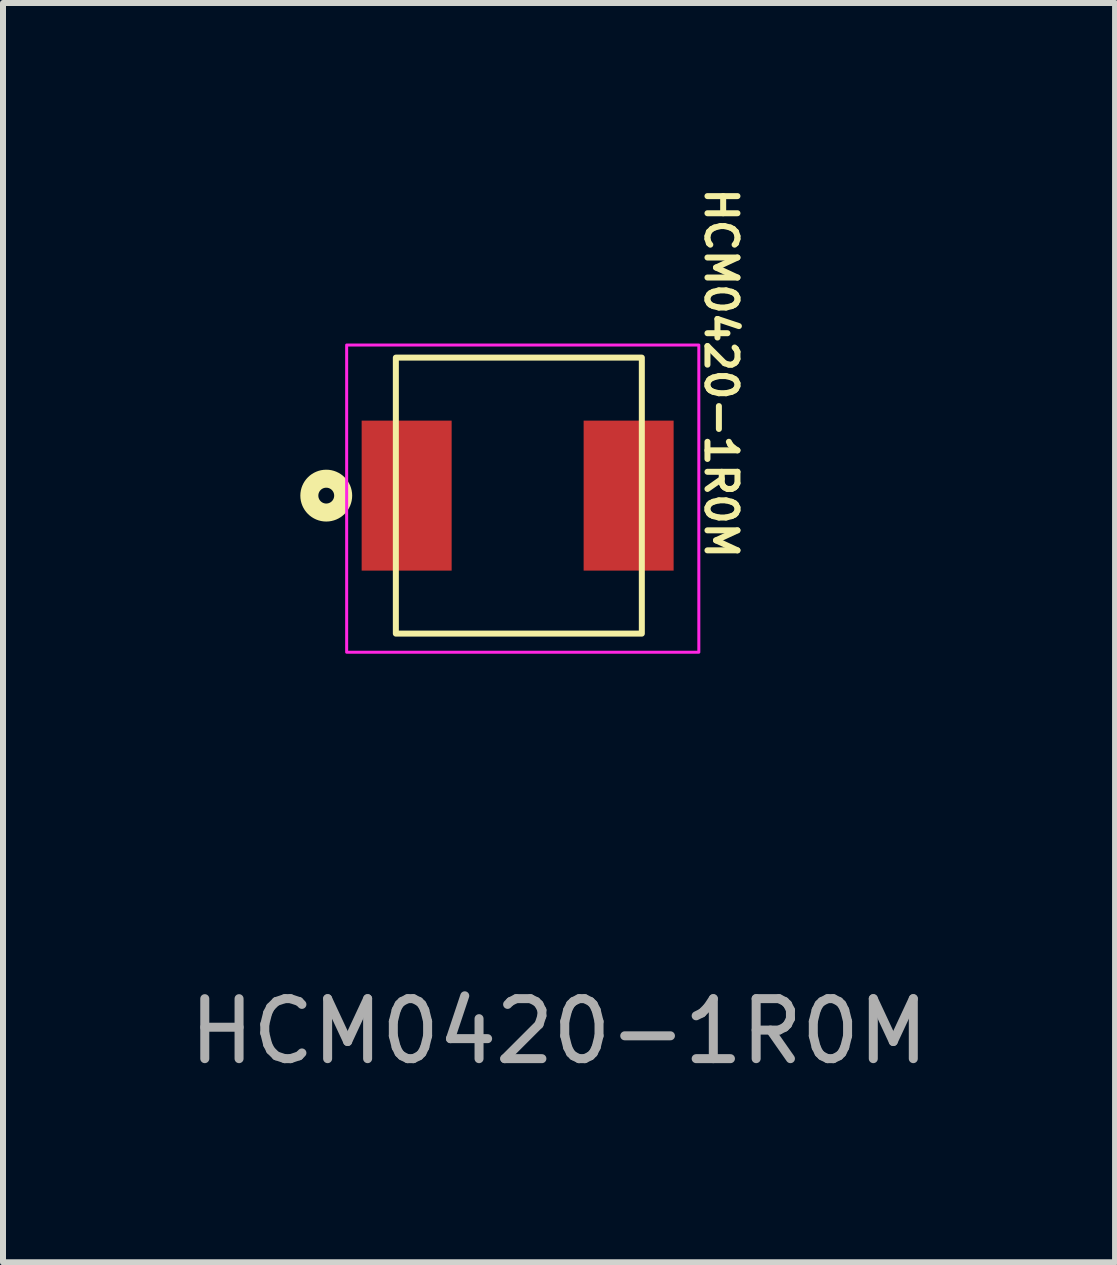
<source format=kicad_pcb>
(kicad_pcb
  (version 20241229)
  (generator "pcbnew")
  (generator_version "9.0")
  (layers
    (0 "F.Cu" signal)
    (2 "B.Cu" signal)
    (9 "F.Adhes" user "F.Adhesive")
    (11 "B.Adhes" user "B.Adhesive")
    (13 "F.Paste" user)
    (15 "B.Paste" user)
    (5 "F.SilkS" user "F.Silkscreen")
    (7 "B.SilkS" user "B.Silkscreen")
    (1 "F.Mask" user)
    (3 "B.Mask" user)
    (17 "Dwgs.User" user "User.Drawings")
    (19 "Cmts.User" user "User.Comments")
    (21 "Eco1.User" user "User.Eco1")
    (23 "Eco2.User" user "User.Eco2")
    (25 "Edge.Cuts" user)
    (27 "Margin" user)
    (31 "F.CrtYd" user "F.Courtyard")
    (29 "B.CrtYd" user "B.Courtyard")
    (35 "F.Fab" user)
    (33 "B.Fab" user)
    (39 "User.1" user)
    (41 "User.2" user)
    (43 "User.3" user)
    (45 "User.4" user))
  (footprint "HCM0420-1R0M"
    (layer "F.Cu")
    (at 3.728 5.211)
    (property "Reference" "HCM0420-1R0M" (at 5.24 -2.04 270) (unlocked yes) (layer "F.SilkS") (effects (font (size 0.5 0.5) (thickness 0.1))))
    (attr smd)
    (fp_rect (start -0.18 -2.3) (end 3.92 2.3) (stroke (width 0.1) (type default)) (fill no) (layer "F.SilkS"))
    (fp_circle (center -1.34 0) (end -1.208 0) (stroke (width 0.3) (type default)) (fill no) (layer "F.SilkS"))
    (fp_rect (start -1 -2.51) (end 4.87 2.61) (stroke (width 0.05) (type default)) (fill no) (layer "F.CrtYd"))
    (fp_text user "${REFERENCE}" (at 2.54 8.93 0) (unlocked yes) (layer "F.Fab") (effects (font (size 1 1) (thickness 0.15))))
    (pad "1" smd rect (at 0 0 180) (size 1.5 2.5) (layers "F.Cu" "F.Mask" "F.Paste"))
    (pad "2" smd rect (at 3.7 0 180) (size 1.5 2.5) (layers "F.Cu" "F.Mask" "F.Paste")))
  (gr_rect
    (start -3 -3)
    (end 15.536 17.99)
    (stroke (width 0.1) (type default))
    (fill no)
    (layer "Edge.Cuts")))
</source>
